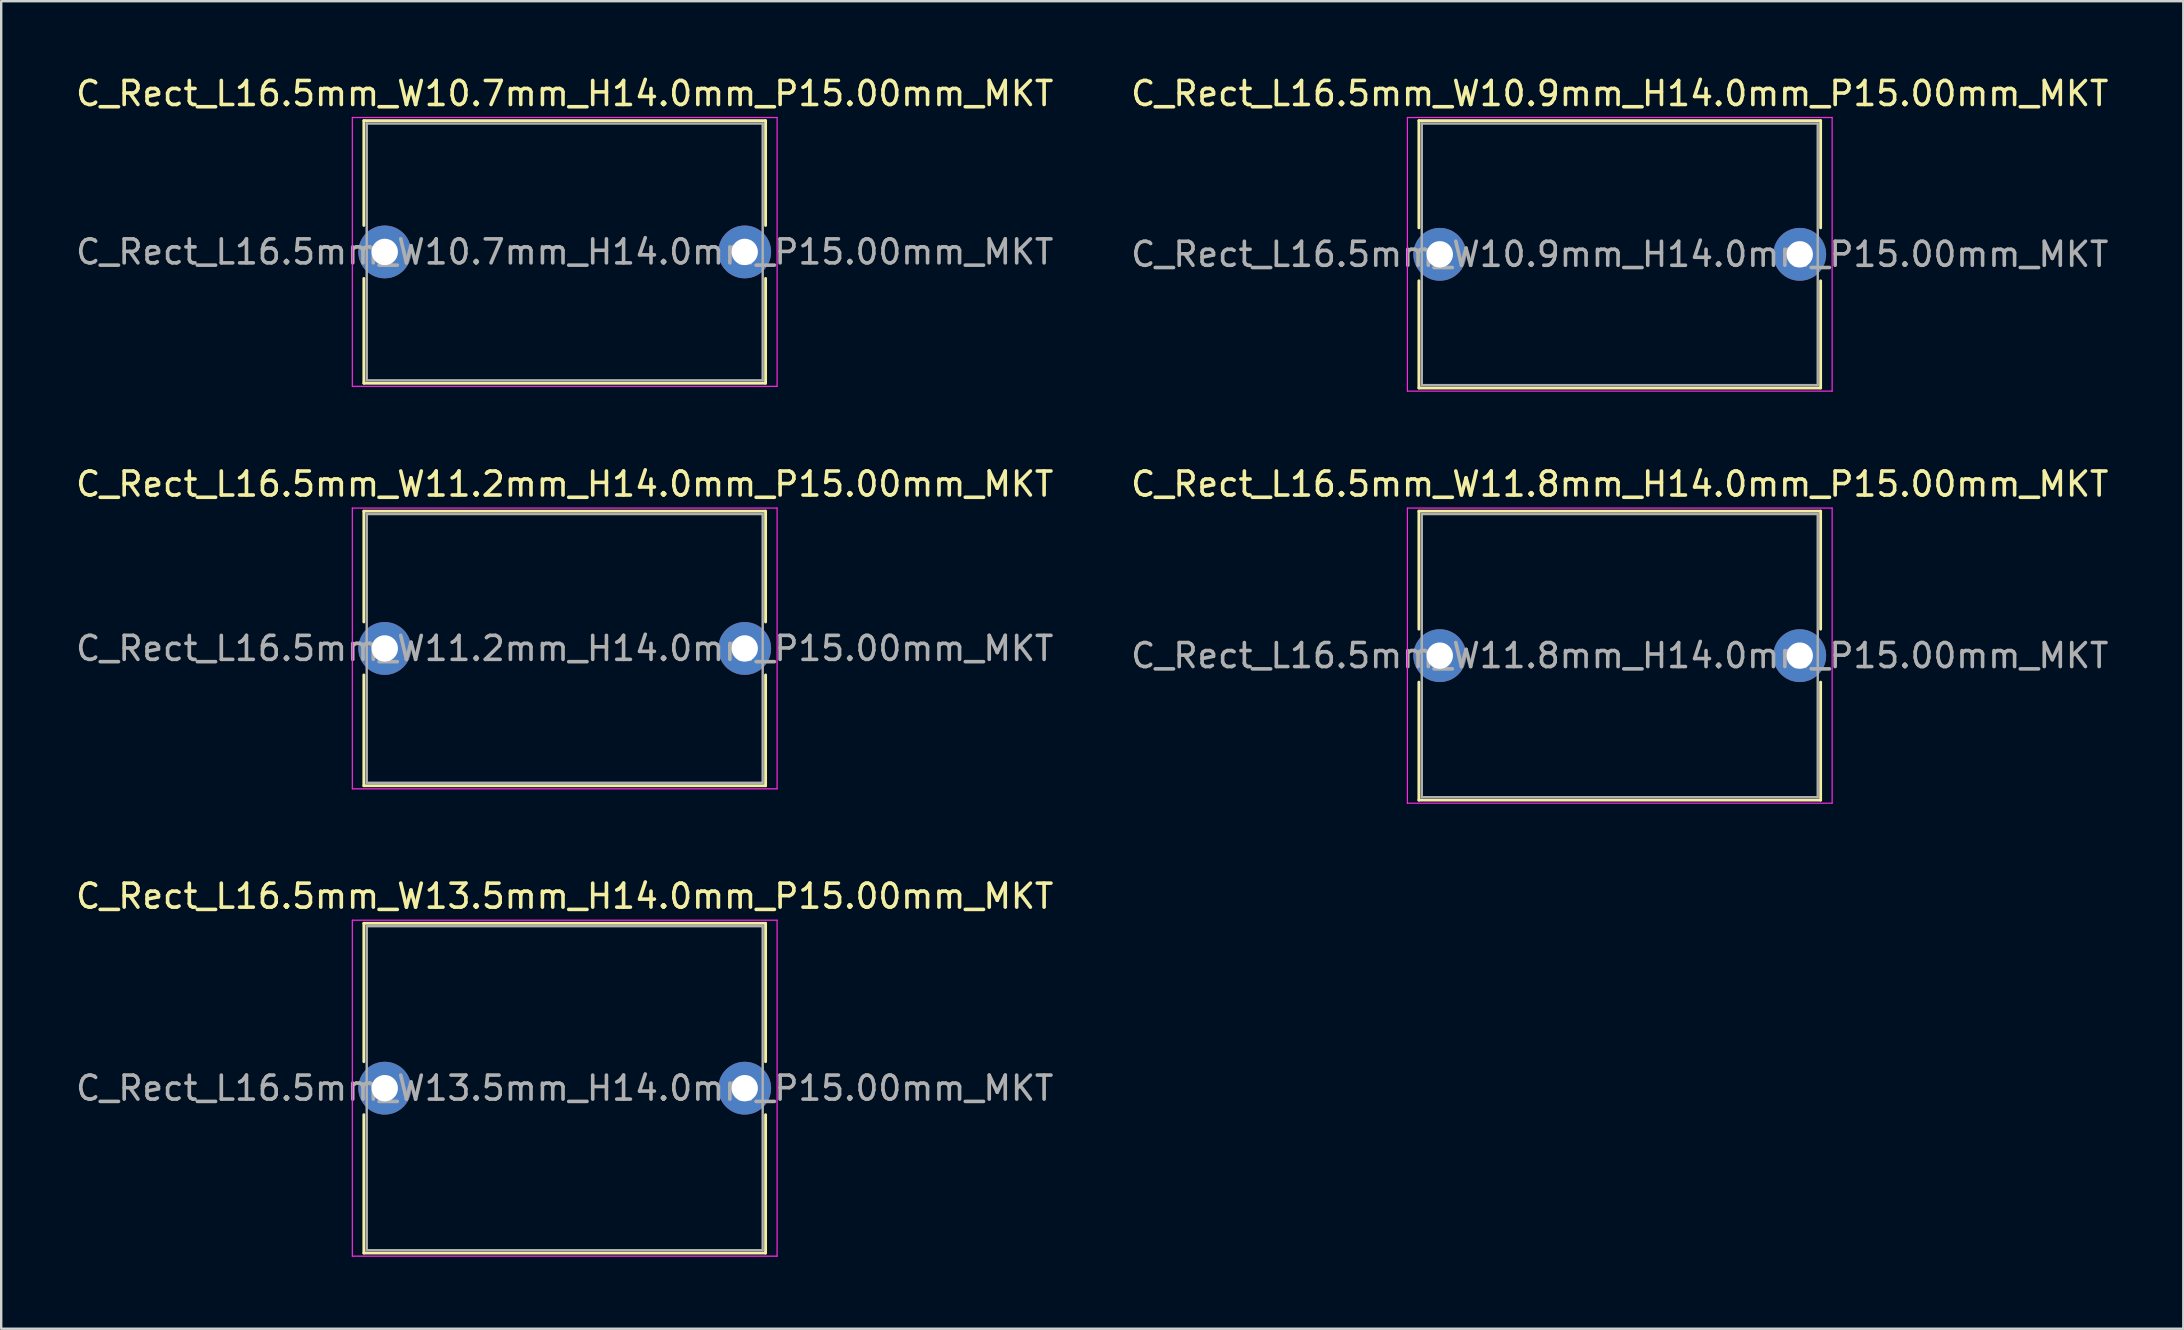
<source format=kicad_pcb>
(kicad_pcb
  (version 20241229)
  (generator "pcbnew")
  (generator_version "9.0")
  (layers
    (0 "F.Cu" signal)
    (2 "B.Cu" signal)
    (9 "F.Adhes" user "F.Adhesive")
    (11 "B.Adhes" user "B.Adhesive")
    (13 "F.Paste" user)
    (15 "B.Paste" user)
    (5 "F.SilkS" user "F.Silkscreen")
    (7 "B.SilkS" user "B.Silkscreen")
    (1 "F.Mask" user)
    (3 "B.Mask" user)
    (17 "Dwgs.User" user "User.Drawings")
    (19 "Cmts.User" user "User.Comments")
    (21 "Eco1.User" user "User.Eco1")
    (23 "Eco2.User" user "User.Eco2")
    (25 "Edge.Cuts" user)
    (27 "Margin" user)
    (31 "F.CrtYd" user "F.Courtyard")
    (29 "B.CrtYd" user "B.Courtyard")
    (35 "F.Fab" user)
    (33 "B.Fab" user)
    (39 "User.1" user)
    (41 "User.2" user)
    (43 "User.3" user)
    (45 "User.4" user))
  (footprint "C_Rect_L16.5mm_W11.2mm_H14.0mm_P15.00mm_MKT"
    (layer "F.Cu")
    (at 12.982 23.971)
    (property "Reference" "C_Rect_L16.5mm_W11.2mm_H14.0mm_P15.00mm_MKT" (at 7.5 -6.85 0) (layer "F.SilkS") (effects (font (size 1 1) (thickness 0.15))))
    (attr through_hole)
    (fp_line (start -0.87 -5.72) (end -0.87 -1.104) (stroke (width 0.12) (type solid)) (layer "F.SilkS"))
    (fp_line (start -0.87 -5.72) (end 15.87 -5.72) (stroke (width 0.12) (type solid)) (layer "F.SilkS"))
    (fp_line (start -0.87 1.104) (end -0.87 5.72) (stroke (width 0.12) (type solid)) (layer "F.SilkS"))
    (fp_line (start -0.87 5.72) (end 15.87 5.72) (stroke (width 0.12) (type solid)) (layer "F.SilkS"))
    (fp_line (start 15.87 -5.72) (end 15.87 -1.104) (stroke (width 0.12) (type solid)) (layer "F.SilkS"))
    (fp_line (start 15.87 1.104) (end 15.87 5.72) (stroke (width 0.12) (type solid)) (layer "F.SilkS"))
    (fp_line (start -1.35 -5.85) (end -1.35 5.85) (stroke (width 0.05) (type solid)) (layer "F.CrtYd"))
    (fp_line (start -1.35 5.85) (end 16.35 5.85) (stroke (width 0.05) (type solid)) (layer "F.CrtYd"))
    (fp_line (start 16.35 -5.85) (end -1.35 -5.85) (stroke (width 0.05) (type solid)) (layer "F.CrtYd"))
    (fp_line (start 16.35 5.85) (end 16.35 -5.85) (stroke (width 0.05) (type solid)) (layer "F.CrtYd"))
    (fp_line (start -0.75 -5.6) (end -0.75 5.6) (stroke (width 0.1) (type solid)) (layer "F.Fab"))
    (fp_line (start -0.75 5.6) (end 15.75 5.6) (stroke (width 0.1) (type solid)) (layer "F.Fab"))
    (fp_line (start 15.75 -5.6) (end -0.75 -5.6) (stroke (width 0.1) (type solid)) (layer "F.Fab"))
    (fp_line (start 15.75 5.6) (end 15.75 -5.6) (stroke (width 0.1) (type solid)) (layer "F.Fab"))
    (fp_text user "${REFERENCE}" (at 7.5 0 0) (layer "F.Fab") (effects (font (size 1 1) (thickness 0.15))))
    (pad "1" thru_hole circle (at 0 0) (size 2.2 2.2) (drill 1.1) (layers "*.Cu" "*.Mask"))
    (pad "2" thru_hole circle (at 15 0) (size 2.2 2.2) (drill 1.1) (layers "*.Cu" "*.Mask")))
  (footprint "C_Rect_L16.5mm_W10.7mm_H14.0mm_P15.00mm_MKT"
    (layer "F.Cu")
    (at 12.982 7.448)
    (property "Reference" "C_Rect_L16.5mm_W10.7mm_H14.0mm_P15.00mm_MKT" (at 7.5 -6.6 0) (layer "F.SilkS") (effects (font (size 1 1) (thickness 0.15))))
    (attr through_hole)
    (fp_line (start -0.87 -5.47) (end -0.87 -1.104) (stroke (width 0.12) (type solid)) (layer "F.SilkS"))
    (fp_line (start -0.87 -5.47) (end 15.87 -5.47) (stroke (width 0.12) (type solid)) (layer "F.SilkS"))
    (fp_line (start -0.87 1.104) (end -0.87 5.47) (stroke (width 0.12) (type solid)) (layer "F.SilkS"))
    (fp_line (start -0.87 5.47) (end 15.87 5.47) (stroke (width 0.12) (type solid)) (layer "F.SilkS"))
    (fp_line (start 15.87 -5.47) (end 15.87 -1.104) (stroke (width 0.12) (type solid)) (layer "F.SilkS"))
    (fp_line (start 15.87 1.104) (end 15.87 5.47) (stroke (width 0.12) (type solid)) (layer "F.SilkS"))
    (fp_line (start -1.35 -5.6) (end -1.35 5.6) (stroke (width 0.05) (type solid)) (layer "F.CrtYd"))
    (fp_line (start -1.35 5.6) (end 16.35 5.6) (stroke (width 0.05) (type solid)) (layer "F.CrtYd"))
    (fp_line (start 16.35 -5.6) (end -1.35 -5.6) (stroke (width 0.05) (type solid)) (layer "F.CrtYd"))
    (fp_line (start 16.35 5.6) (end 16.35 -5.6) (stroke (width 0.05) (type solid)) (layer "F.CrtYd"))
    (fp_line (start -0.75 -5.35) (end -0.75 5.35) (stroke (width 0.1) (type solid)) (layer "F.Fab"))
    (fp_line (start -0.75 5.35) (end 15.75 5.35) (stroke (width 0.1) (type solid)) (layer "F.Fab"))
    (fp_line (start 15.75 -5.35) (end -0.75 -5.35) (stroke (width 0.1) (type solid)) (layer "F.Fab"))
    (fp_line (start 15.75 5.35) (end 15.75 -5.35) (stroke (width 0.1) (type solid)) (layer "F.Fab"))
    (fp_text user "${REFERENCE}" (at 7.5 0 0) (layer "F.Fab") (effects (font (size 1 1) (thickness 0.15))))
    (pad "1" thru_hole circle (at 0 0) (size 2.2 2.2) (drill 1.1) (layers "*.Cu" "*.Mask"))
    (pad "2" thru_hole circle (at 15 0) (size 2.2 2.2) (drill 1.1) (layers "*.Cu" "*.Mask")))
  (footprint "C_Rect_L16.5mm_W13.5mm_H14.0mm_P15.00mm_MKT"
    (layer "F.Cu")
    (at 12.982 42.295)
    (property "Reference" "C_Rect_L16.5mm_W13.5mm_H14.0mm_P15.00mm_MKT" (at 7.5 -8 0) (layer "F.SilkS") (effects (font (size 1 1) (thickness 0.15))))
    (attr through_hole)
    (fp_line (start -0.87 -6.87) (end -0.87 -1.104) (stroke (width 0.12) (type solid)) (layer "F.SilkS"))
    (fp_line (start -0.87 -6.87) (end 15.87 -6.87) (stroke (width 0.12) (type solid)) (layer "F.SilkS"))
    (fp_line (start -0.87 1.104) (end -0.87 6.87) (stroke (width 0.12) (type solid)) (layer "F.SilkS"))
    (fp_line (start -0.87 6.87) (end 15.87 6.87) (stroke (width 0.12) (type solid)) (layer "F.SilkS"))
    (fp_line (start 15.87 -6.87) (end 15.87 -1.104) (stroke (width 0.12) (type solid)) (layer "F.SilkS"))
    (fp_line (start 15.87 1.104) (end 15.87 6.87) (stroke (width 0.12) (type solid)) (layer "F.SilkS"))
    (fp_line (start -1.35 -7) (end -1.35 7) (stroke (width 0.05) (type solid)) (layer "F.CrtYd"))
    (fp_line (start -1.35 7) (end 16.35 7) (stroke (width 0.05) (type solid)) (layer "F.CrtYd"))
    (fp_line (start 16.35 -7) (end -1.35 -7) (stroke (width 0.05) (type solid)) (layer "F.CrtYd"))
    (fp_line (start 16.35 7) (end 16.35 -7) (stroke (width 0.05) (type solid)) (layer "F.CrtYd"))
    (fp_line (start -0.75 -6.75) (end -0.75 6.75) (stroke (width 0.1) (type solid)) (layer "F.Fab"))
    (fp_line (start -0.75 6.75) (end 15.75 6.75) (stroke (width 0.1) (type solid)) (layer "F.Fab"))
    (fp_line (start 15.75 -6.75) (end -0.75 -6.75) (stroke (width 0.1) (type solid)) (layer "F.Fab"))
    (fp_line (start 15.75 6.75) (end 15.75 -6.75) (stroke (width 0.1) (type solid)) (layer "F.Fab"))
    (fp_text user "${REFERENCE}" (at 7.5 0 0) (layer "F.Fab") (effects (font (size 1 1) (thickness 0.15))))
    (pad "1" thru_hole circle (at 0 0) (size 2.2 2.2) (drill 1.1) (layers "*.Cu" "*.Mask"))
    (pad "2" thru_hole circle (at 15 0) (size 2.2 2.2) (drill 1.1) (layers "*.Cu" "*.Mask")))
  (footprint "C_Rect_L16.5mm_W10.9mm_H14.0mm_P15.00mm_MKT"
    (layer "F.Cu")
    (at 56.946 7.548)
    (property "Reference" "C_Rect_L16.5mm_W10.9mm_H14.0mm_P15.00mm_MKT" (at 7.5 -6.7 0) (layer "F.SilkS") (effects (font (size 1 1) (thickness 0.15))))
    (attr through_hole)
    (fp_line (start -0.87 -5.57) (end -0.87 -1.104) (stroke (width 0.12) (type solid)) (layer "F.SilkS"))
    (fp_line (start -0.87 -5.57) (end 15.87 -5.57) (stroke (width 0.12) (type solid)) (layer "F.SilkS"))
    (fp_line (start -0.87 1.104) (end -0.87 5.57) (stroke (width 0.12) (type solid)) (layer "F.SilkS"))
    (fp_line (start -0.87 5.57) (end 15.87 5.57) (stroke (width 0.12) (type solid)) (layer "F.SilkS"))
    (fp_line (start 15.87 -5.57) (end 15.87 -1.104) (stroke (width 0.12) (type solid)) (layer "F.SilkS"))
    (fp_line (start 15.87 1.104) (end 15.87 5.57) (stroke (width 0.12) (type solid)) (layer "F.SilkS"))
    (fp_line (start -1.35 -5.7) (end -1.35 5.7) (stroke (width 0.05) (type solid)) (layer "F.CrtYd"))
    (fp_line (start -1.35 5.7) (end 16.35 5.7) (stroke (width 0.05) (type solid)) (layer "F.CrtYd"))
    (fp_line (start 16.35 -5.7) (end -1.35 -5.7) (stroke (width 0.05) (type solid)) (layer "F.CrtYd"))
    (fp_line (start 16.35 5.7) (end 16.35 -5.7) (stroke (width 0.05) (type solid)) (layer "F.CrtYd"))
    (fp_line (start -0.75 -5.45) (end -0.75 5.45) (stroke (width 0.1) (type solid)) (layer "F.Fab"))
    (fp_line (start -0.75 5.45) (end 15.75 5.45) (stroke (width 0.1) (type solid)) (layer "F.Fab"))
    (fp_line (start 15.75 -5.45) (end -0.75 -5.45) (stroke (width 0.1) (type solid)) (layer "F.Fab"))
    (fp_line (start 15.75 5.45) (end 15.75 -5.45) (stroke (width 0.1) (type solid)) (layer "F.Fab"))
    (fp_text user "${REFERENCE}" (at 7.5 0 0) (layer "F.Fab") (effects (font (size 1 1) (thickness 0.15))))
    (pad "1" thru_hole circle (at 0 0) (size 2.2 2.2) (drill 1.1) (layers "*.Cu" "*.Mask"))
    (pad "2" thru_hole circle (at 15 0) (size 2.2 2.2) (drill 1.1) (layers "*.Cu" "*.Mask")))
  (footprint "C_Rect_L16.5mm_W11.8mm_H14.0mm_P15.00mm_MKT"
    (layer "F.Cu")
    (at 56.946 24.271)
    (property "Reference" "C_Rect_L16.5mm_W11.8mm_H14.0mm_P15.00mm_MKT" (at 7.5 -7.15 0) (layer "F.SilkS") (effects (font (size 1 1) (thickness 0.15))))
    (attr through_hole)
    (fp_line (start -0.87 -6.02) (end -0.87 -1.104) (stroke (width 0.12) (type solid)) (layer "F.SilkS"))
    (fp_line (start -0.87 -6.02) (end 15.87 -6.02) (stroke (width 0.12) (type solid)) (layer "F.SilkS"))
    (fp_line (start -0.87 1.104) (end -0.87 6.02) (stroke (width 0.12) (type solid)) (layer "F.SilkS"))
    (fp_line (start -0.87 6.02) (end 15.87 6.02) (stroke (width 0.12) (type solid)) (layer "F.SilkS"))
    (fp_line (start 15.87 -6.02) (end 15.87 -1.104) (stroke (width 0.12) (type solid)) (layer "F.SilkS"))
    (fp_line (start 15.87 1.104) (end 15.87 6.02) (stroke (width 0.12) (type solid)) (layer "F.SilkS"))
    (fp_line (start -1.35 -6.15) (end -1.35 6.15) (stroke (width 0.05) (type solid)) (layer "F.CrtYd"))
    (fp_line (start -1.35 6.15) (end 16.35 6.15) (stroke (width 0.05) (type solid)) (layer "F.CrtYd"))
    (fp_line (start 16.35 -6.15) (end -1.35 -6.15) (stroke (width 0.05) (type solid)) (layer "F.CrtYd"))
    (fp_line (start 16.35 6.15) (end 16.35 -6.15) (stroke (width 0.05) (type solid)) (layer "F.CrtYd"))
    (fp_line (start -0.75 -5.9) (end -0.75 5.9) (stroke (width 0.1) (type solid)) (layer "F.Fab"))
    (fp_line (start -0.75 5.9) (end 15.75 5.9) (stroke (width 0.1) (type solid)) (layer "F.Fab"))
    (fp_line (start 15.75 -5.9) (end -0.75 -5.9) (stroke (width 0.1) (type solid)) (layer "F.Fab"))
    (fp_line (start 15.75 5.9) (end 15.75 -5.9) (stroke (width 0.1) (type solid)) (layer "F.Fab"))
    (fp_text user "${REFERENCE}" (at 7.5 0 0) (layer "F.Fab") (effects (font (size 1 1) (thickness 0.15))))
    (pad "1" thru_hole circle (at 0 0) (size 2.2 2.2) (drill 1.1) (layers "*.Cu" "*.Mask"))
    (pad "2" thru_hole circle (at 15 0) (size 2.2 2.2) (drill 1.1) (layers "*.Cu" "*.Mask")))
  (gr_rect
    (start -3 -3)
    (end 87.929 52.32)
    (stroke (width 0.1) (type default))
    (fill no)
    (layer "Edge.Cuts")))
</source>
